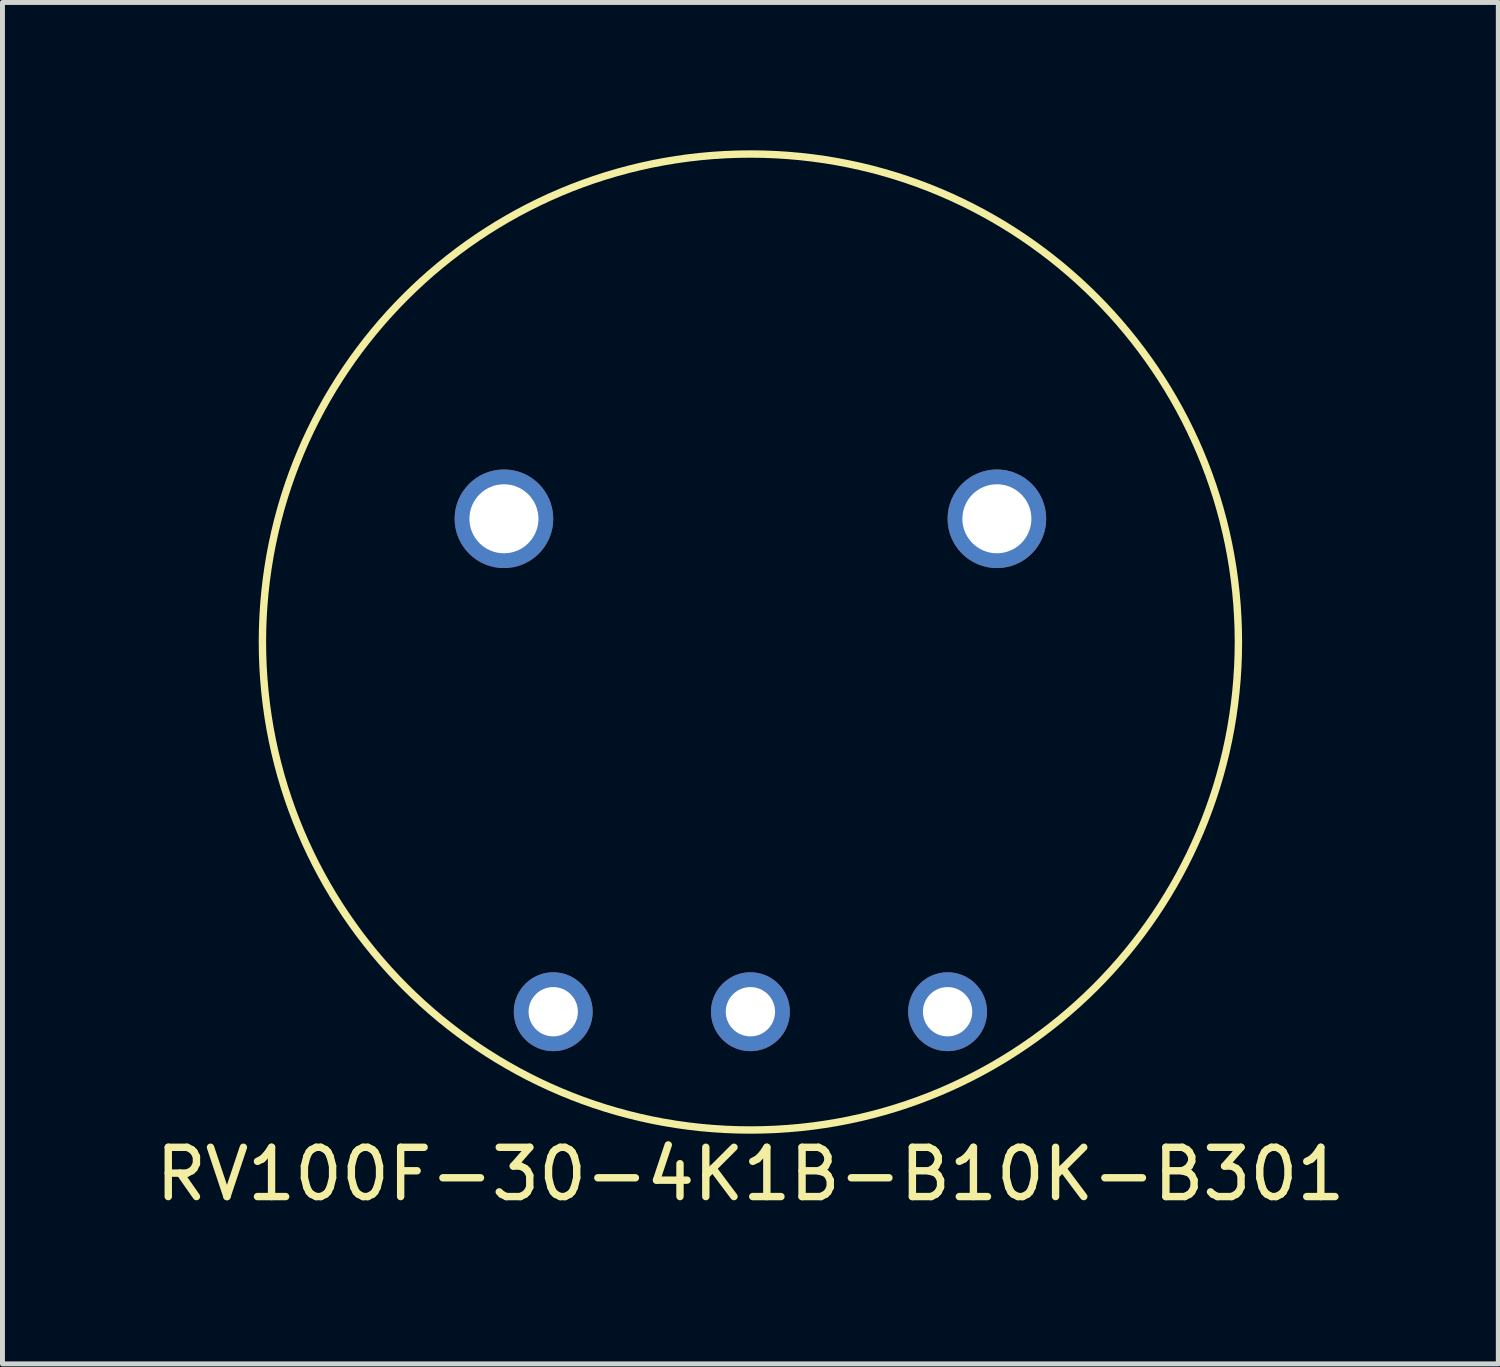
<source format=kicad_pcb>
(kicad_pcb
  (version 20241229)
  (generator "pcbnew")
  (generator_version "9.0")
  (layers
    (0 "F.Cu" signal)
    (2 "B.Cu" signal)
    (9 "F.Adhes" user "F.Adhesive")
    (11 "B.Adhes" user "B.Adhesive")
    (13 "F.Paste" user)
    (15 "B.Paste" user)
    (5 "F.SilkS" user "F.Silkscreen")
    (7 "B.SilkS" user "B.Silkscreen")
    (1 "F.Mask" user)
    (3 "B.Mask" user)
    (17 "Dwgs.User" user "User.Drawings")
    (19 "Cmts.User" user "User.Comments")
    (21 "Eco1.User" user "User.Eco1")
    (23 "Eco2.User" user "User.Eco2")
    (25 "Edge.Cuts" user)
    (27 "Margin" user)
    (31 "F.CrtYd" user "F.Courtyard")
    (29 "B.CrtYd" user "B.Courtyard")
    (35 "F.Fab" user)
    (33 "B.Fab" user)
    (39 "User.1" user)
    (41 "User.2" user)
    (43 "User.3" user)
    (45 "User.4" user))
  (footprint "RV100F-30-4K1B-B10K-B301"
    (layer "F.Cu")
    (at 12.173 9.974)
    (property "Reference" "RV100F-30-4K1B-B10K-B301" (at 0 10.795 0) (layer "F.SilkS") (effects (font (size 1 1) (thickness 0.15))))
    (attr through_hole)
    (fp_circle (center 0 0) (end 7 7) (stroke (width 0.15) (type solid)) (fill no) (layer "F.SilkS"))
    (pad "" thru_hole circle (at -5 -2.5) (size 2 2) (drill 1.4) (layers "*.Cu" "*.Mask"))
    (pad "" thru_hole circle (at 5 -2.5) (size 2 2) (drill 1.4) (layers "*.Cu" "*.Mask"))
    (pad "1" thru_hole circle (at -4 7.5) (size 1.6 1.6) (drill 1) (layers "*.Cu" "*.Mask"))
    (pad "2" thru_hole circle (at 0 7.5) (size 1.6 1.6) (drill 1) (layers "*.Cu" "*.Mask"))
    (pad "3" thru_hole circle (at 4 7.5) (size 1.6 1.6) (drill 1) (layers "*.Cu" "*.Mask")))
  (gr_rect
    (start -3 -3)
    (end 27.345 24.618)
    (stroke (width 0.1) (type default))
    (fill no)
    (layer "Edge.Cuts")))
</source>
